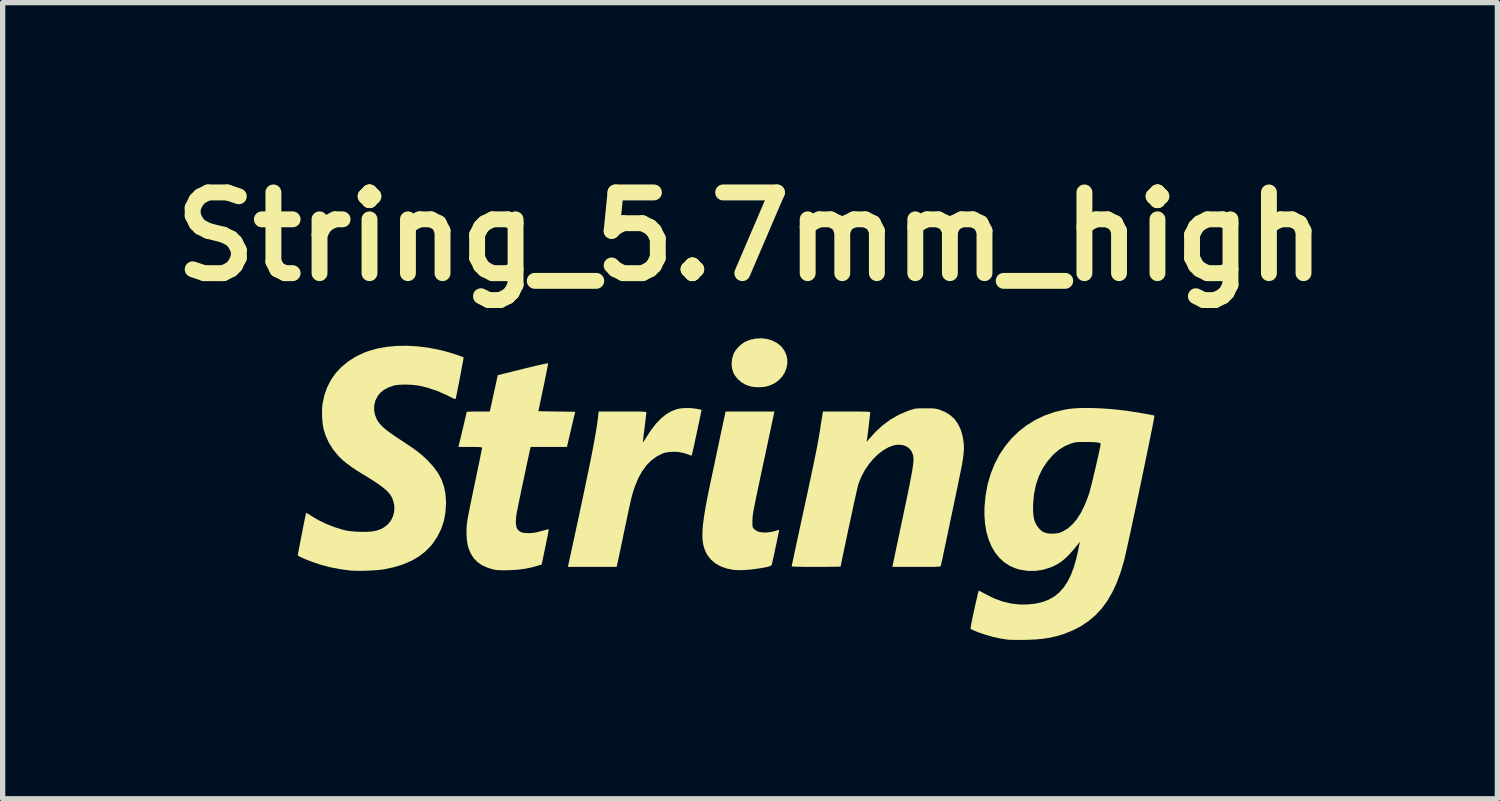
<source format=kicad_pcb>
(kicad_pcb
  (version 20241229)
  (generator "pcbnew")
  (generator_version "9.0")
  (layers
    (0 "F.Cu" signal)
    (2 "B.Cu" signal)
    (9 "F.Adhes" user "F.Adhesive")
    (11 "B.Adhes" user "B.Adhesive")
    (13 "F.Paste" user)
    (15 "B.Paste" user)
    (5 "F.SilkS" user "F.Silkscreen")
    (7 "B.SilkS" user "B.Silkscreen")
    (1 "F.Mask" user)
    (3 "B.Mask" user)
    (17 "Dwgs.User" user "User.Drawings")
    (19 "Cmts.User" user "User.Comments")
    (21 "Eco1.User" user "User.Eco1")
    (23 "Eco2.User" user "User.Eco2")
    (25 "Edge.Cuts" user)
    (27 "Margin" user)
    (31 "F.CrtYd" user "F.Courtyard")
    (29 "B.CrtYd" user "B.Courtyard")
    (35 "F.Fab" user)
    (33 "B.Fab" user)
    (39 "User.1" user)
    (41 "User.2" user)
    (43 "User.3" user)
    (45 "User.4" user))
  (footprint "String_5.7mm_high"
    (layer "F.Cu")
    (at 10.659 6.181)
    (property "Reference" "String_5.7mm_high" (at 0.452 -4.763 0) (layer "F.SilkS") (effects (font (size 1.524 1.524) (thickness 0.3))))
    (attr board_only exclude_from_pos_files exclude_from_bom)
    (fp_poly (pts (xy 0.764 -2.833) (xy 0.862 -2.805) (xy 0.951 -2.762) (xy 1.028 -2.703) (xy 1.044 -2.687) (xy 1.101 -2.611) (xy 1.138 -2.53) (xy 1.156 -2.445) (xy 1.156 -2.359) (xy 1.139 -2.275) (xy 1.106 -2.194) (xy 1.058 -2.119) (xy 0.995 -2.053) (xy 0.919 -1.997) (xy 0.83 -1.954) (xy 0.75 -1.931) (xy 0.687 -1.923) (xy 0.614 -1.92) (xy 0.54 -1.923) (xy 0.475 -1.932) (xy 0.461 -1.935) (xy 0.371 -1.966) (xy 0.288 -2.015) (xy 0.217 -2.077) (xy 0.161 -2.149) (xy 0.14 -2.188) (xy 0.113 -2.271) (xy 0.104 -2.362) (xy 0.113 -2.454) (xy 0.139 -2.544) (xy 0.148 -2.564) (xy 0.18 -2.617) (xy 0.226 -2.672) (xy 0.28 -2.723) (xy 0.335 -2.764) (xy 0.354 -2.775) (xy 0.452 -2.815) (xy 0.556 -2.838) (xy 0.661 -2.844)) (stroke (width 0) (type solid)) (fill yes) (layer "F.SilkS"))
    (fp_poly (pts (xy 0.896 -1.386) (xy 0.892 -1.364) (xy 0.883 -1.321) (xy 0.87 -1.26) (xy 0.853 -1.183) (xy 0.834 -1.091) (xy 0.811 -0.987) (xy 0.787 -0.871) (xy 0.76 -0.746) (xy 0.732 -0.613) (xy 0.702 -0.475) (xy 0.689 -0.413) (xy 0.654 -0.251) (xy 0.624 -0.109) (xy 0.598 0.014) (xy 0.576 0.121) (xy 0.557 0.211) (xy 0.542 0.288) (xy 0.529 0.352) (xy 0.519 0.406) (xy 0.511 0.451) (xy 0.506 0.488) (xy 0.502 0.519) (xy 0.499 0.545) (xy 0.498 0.569) (xy 0.497 0.592) (xy 0.497 0.604) (xy 0.497 0.657) (xy 0.498 0.693) (xy 0.502 0.717) (xy 0.509 0.734) (xy 0.521 0.749) (xy 0.529 0.757) (xy 0.577 0.794) (xy 0.638 0.815) (xy 0.715 0.824) (xy 0.769 0.822) (xy 0.824 0.816) (xy 0.88 0.806) (xy 0.926 0.795) (xy 0.931 0.793) (xy 0.966 0.782) (xy 0.991 0.775) (xy 1.001 0.774) (xy 0.999 0.785) (xy 0.994 0.815) (xy 0.985 0.86) (xy 0.974 0.917) (xy 0.96 0.983) (xy 0.945 1.055) (xy 0.929 1.128) (xy 0.914 1.201) (xy 0.899 1.269) (xy 0.885 1.329) (xy 0.874 1.379) (xy 0.866 1.415) (xy 0.861 1.433) (xy 0.86 1.434) (xy 0.849 1.448) (xy 0.826 1.459) (xy 0.787 1.47) (xy 0.763 1.476) (xy 0.646 1.498) (xy 0.528 1.515) (xy 0.412 1.527) (xy 0.304 1.533) (xy 0.208 1.533) (xy 0.139 1.528) (xy 0.012 1.503) (xy -0.101 1.463) (xy -0.2 1.407) (xy -0.283 1.337) (xy -0.35 1.253) (xy -0.38 1.2) (xy -0.404 1.144) (xy -0.423 1.083) (xy -0.437 1.017) (xy -0.445 0.943) (xy -0.447 0.861) (xy -0.444 0.768) (xy -0.435 0.663) (xy -0.42 0.545) (xy -0.399 0.411) (xy -0.372 0.261) (xy -0.339 0.092) (xy -0.307 -0.061) (xy -0.284 -0.172) (xy -0.257 -0.298) (xy -0.228 -0.433) (xy -0.199 -0.572) (xy -0.17 -0.708) (xy -0.143 -0.835) (xy -0.128 -0.904) (xy -0.108 -1.002) (xy -0.088 -1.096) (xy -0.069 -1.182) (xy -0.053 -1.258) (xy -0.04 -1.321) (xy -0.029 -1.369) (xy -0.023 -1.398) (xy -0.022 -1.403) (xy -0.009 -1.461) (xy 0.912 -1.461)) (stroke (width 0) (type solid)) (fill yes) (layer "F.SilkS"))
    (fp_poly (pts (xy -0.68 -1.526) (xy -0.596 -1.518) (xy -0.554 -1.512) (xy -0.513 -1.504) (xy -0.481 -1.498) (xy -0.465 -1.495) (xy -0.464 -1.495) (xy -0.465 -1.484) (xy -0.471 -1.455) (xy -0.48 -1.409) (xy -0.492 -1.351) (xy -0.506 -1.281) (xy -0.523 -1.204) (xy -0.54 -1.122) (xy -0.558 -1.038) (xy -0.576 -0.955) (xy -0.593 -0.876) (xy -0.609 -0.803) (xy -0.624 -0.739) (xy -0.635 -0.687) (xy -0.644 -0.651) (xy -0.649 -0.632) (xy -0.65 -0.629) (xy -0.663 -0.63) (xy -0.686 -0.639) (xy -0.689 -0.64) (xy -0.715 -0.651) (xy -0.756 -0.664) (xy -0.803 -0.678) (xy -0.815 -0.681) (xy -0.901 -0.697) (xy -0.992 -0.702) (xy -1.082 -0.696) (xy -1.163 -0.681) (xy -1.195 -0.67) (xy -1.305 -0.616) (xy -1.407 -0.542) (xy -1.5 -0.449) (xy -1.583 -0.337) (xy -1.656 -0.207) (xy -1.717 -0.06) (xy -1.734 -0.012) (xy -1.745 0.022) (xy -1.755 0.053) (xy -1.764 0.084) (xy -1.773 0.115) (xy -1.782 0.149) (xy -1.792 0.188) (xy -1.803 0.235) (xy -1.815 0.29) (xy -1.83 0.357) (xy -1.847 0.436) (xy -1.867 0.531) (xy -1.89 0.642) (xy -1.918 0.773) (xy -1.93 0.831) (xy -1.953 0.943) (xy -1.976 1.05) (xy -1.996 1.148) (xy -2.015 1.236) (xy -2.031 1.311) (xy -2.044 1.372) (xy -2.053 1.416) (xy -2.059 1.442) (xy -2.06 1.447) (xy -2.066 1.472) (xy -2.986 1.472) (xy -2.781 0.521) (xy -2.73 0.281) (xy -2.683 0.061) (xy -2.641 -0.14) (xy -2.603 -0.323) (xy -2.569 -0.488) (xy -2.539 -0.638) (xy -2.513 -0.773) (xy -2.49 -0.895) (xy -2.471 -1.004) (xy -2.454 -1.103) (xy -2.44 -1.191) (xy -2.428 -1.271) (xy -2.419 -1.343) (xy -2.414 -1.392) (xy -2.406 -1.461) (xy -1.956 -1.461) (xy -1.844 -1.461) (xy -1.752 -1.461) (xy -1.678 -1.461) (xy -1.621 -1.46) (xy -1.578 -1.459) (xy -1.547 -1.457) (xy -1.527 -1.455) (xy -1.514 -1.452) (xy -1.508 -1.448) (xy -1.506 -1.443) (xy -1.506 -1.442) (xy -1.507 -1.425) (xy -1.511 -1.39) (xy -1.517 -1.34) (xy -1.524 -1.277) (xy -1.533 -1.205) (xy -1.539 -1.155) (xy -1.549 -1.08) (xy -1.557 -1.012) (xy -1.564 -0.954) (xy -1.569 -0.911) (xy -1.572 -0.883) (xy -1.573 -0.876) (xy -1.568 -0.881) (xy -1.553 -0.901) (xy -1.531 -0.934) (xy -1.505 -0.976) (xy -1.413 -1.116) (xy -1.321 -1.235) (xy -1.226 -1.332) (xy -1.13 -1.41) (xy -1.03 -1.468) (xy -0.927 -1.507) (xy -0.91 -1.511) (xy -0.844 -1.522) (xy -0.765 -1.527)) (stroke (width 0) (type solid)) (fill yes) (layer "F.SilkS"))
    (fp_poly (pts (xy -3.36 -2.371) (xy -3.362 -2.358) (xy -3.368 -2.325) (xy -3.377 -2.276) (xy -3.39 -2.211) (xy -3.405 -2.134) (xy -3.423 -2.048) (xy -3.442 -1.953) (xy -3.451 -1.913) (xy -3.544 -1.467) (xy -3.196 -1.461) (xy -2.849 -1.456) (xy -3.005 -0.792) (xy -3.69 -0.792) (xy -3.696 -0.767) (xy -3.702 -0.742) (xy -3.712 -0.697) (xy -3.725 -0.636) (xy -3.741 -0.561) (xy -3.76 -0.475) (xy -3.78 -0.38) (xy -3.801 -0.279) (xy -3.823 -0.175) (xy -3.845 -0.071) (xy -3.867 0.031) (xy -3.887 0.129) (xy -3.906 0.219) (xy -3.922 0.299) (xy -3.936 0.367) (xy -3.947 0.419) (xy -3.953 0.453) (xy -3.955 0.46) (xy -3.966 0.546) (xy -3.97 0.623) (xy -3.965 0.687) (xy -3.953 0.735) (xy -3.942 0.755) (xy -3.912 0.79) (xy -3.879 0.813) (xy -3.838 0.827) (xy -3.783 0.834) (xy -3.771 0.834) (xy -3.71 0.835) (xy -3.648 0.831) (xy -3.581 0.819) (xy -3.503 0.8) (xy -3.449 0.785) (xy -3.406 0.773) (xy -3.372 0.765) (xy -3.353 0.762) (xy -3.35 0.763) (xy -3.349 0.769) (xy -3.351 0.784) (xy -3.356 0.81) (xy -3.363 0.849) (xy -3.373 0.902) (xy -3.387 0.97) (xy -3.404 1.055) (xy -3.426 1.158) (xy -3.451 1.28) (xy -3.471 1.375) (xy -3.482 1.427) (xy -3.556 1.45) (xy -3.684 1.485) (xy -3.809 1.51) (xy -3.939 1.526) (xy -4.082 1.534) (xy -4.105 1.535) (xy -4.192 1.536) (xy -4.26 1.535) (xy -4.314 1.533) (xy -4.357 1.528) (xy -4.384 1.523) (xy -4.506 1.487) (xy -4.61 1.44) (xy -4.697 1.379) (xy -4.767 1.305) (xy -4.823 1.216) (xy -4.824 1.213) (xy -4.857 1.136) (xy -4.88 1.056) (xy -4.894 0.967) (xy -4.9 0.864) (xy -4.901 0.82) (xy -4.901 0.786) (xy -4.9 0.756) (xy -4.899 0.726) (xy -4.897 0.696) (xy -4.894 0.664) (xy -4.889 0.627) (xy -4.883 0.583) (xy -4.874 0.532) (xy -4.862 0.471) (xy -4.848 0.399) (xy -4.831 0.313) (xy -4.81 0.212) (xy -4.786 0.094) (xy -4.757 -0.043) (xy -4.735 -0.149) (xy -4.711 -0.263) (xy -4.689 -0.371) (xy -4.668 -0.47) (xy -4.65 -0.559) (xy -4.635 -0.635) (xy -4.622 -0.697) (xy -4.613 -0.743) (xy -4.608 -0.77) (xy -4.607 -0.777) (xy -4.611 -0.782) (xy -4.624 -0.786) (xy -4.649 -0.789) (xy -4.689 -0.791) (xy -4.745 -0.792) (xy -4.821 -0.792) (xy -4.83 -0.792) (xy -5.054 -0.792) (xy -5.048 -0.817) (xy -5.044 -0.834) (xy -5.035 -0.87) (xy -5.023 -0.921) (xy -5.007 -0.985) (xy -4.99 -1.058) (xy -4.971 -1.138) (xy -4.969 -1.143) (xy -4.951 -1.222) (xy -4.934 -1.294) (xy -4.919 -1.356) (xy -4.908 -1.405) (xy -4.9 -1.438) (xy -4.897 -1.453) (xy -4.897 -1.453) (xy -4.886 -1.456) (xy -4.857 -1.458) (xy -4.812 -1.46) (xy -4.755 -1.461) (xy -4.689 -1.461) (xy -4.68 -1.461) (xy -4.462 -1.461) (xy -4.455 -1.492) (xy -4.45 -1.511) (xy -4.442 -1.548) (xy -4.43 -1.601) (xy -4.416 -1.666) (xy -4.4 -1.741) (xy -4.382 -1.822) (xy -4.379 -1.835) (xy -4.311 -2.147) (xy -3.837 -2.265) (xy -3.726 -2.292) (xy -3.627 -2.316) (xy -3.541 -2.336) (xy -3.47 -2.352) (xy -3.415 -2.364) (xy -3.378 -2.37) (xy -3.361 -2.372)) (stroke (width 0) (type solid)) (fill yes) (layer "F.SilkS"))
    (fp_poly (pts (xy -5.821 -2.691) (xy -5.614 -2.665) (xy -5.407 -2.624) (xy -5.348 -2.61) (xy -5.293 -2.595) (xy -5.232 -2.578) (xy -5.168 -2.558) (xy -5.106 -2.538) (xy -5.049 -2.52) (xy -5.003 -2.503) (xy -4.97 -2.49) (xy -4.955 -2.482) (xy -4.956 -2.471) (xy -4.962 -2.441) (xy -4.97 -2.395) (xy -4.981 -2.337) (xy -4.994 -2.268) (xy -5.008 -2.193) (xy -5.023 -2.114) (xy -5.038 -2.034) (xy -5.053 -1.956) (xy -5.068 -1.884) (xy -5.08 -1.82) (xy -5.091 -1.767) (xy -5.099 -1.728) (xy -5.104 -1.707) (xy -5.104 -1.705) (xy -5.109 -1.699) (xy -5.121 -1.699) (xy -5.143 -1.707) (xy -5.177 -1.722) (xy -5.227 -1.747) (xy -5.257 -1.762) (xy -5.451 -1.849) (xy -5.653 -1.915) (xy -5.767 -1.943) (xy -5.844 -1.956) (xy -5.93 -1.965) (xy -6.019 -1.969) (xy -6.106 -1.969) (xy -6.186 -1.965) (xy -6.252 -1.956) (xy -6.285 -1.948) (xy -6.386 -1.911) (xy -6.467 -1.866) (xy -6.532 -1.811) (xy -6.574 -1.759) (xy -6.619 -1.674) (xy -6.642 -1.584) (xy -6.646 -1.49) (xy -6.628 -1.396) (xy -6.591 -1.306) (xy -6.58 -1.287) (xy -6.544 -1.236) (xy -6.495 -1.182) (xy -6.432 -1.126) (xy -6.352 -1.065) (xy -6.255 -0.997) (xy -6.219 -0.973) (xy -6.112 -0.903) (xy -6.022 -0.844) (xy -5.946 -0.792) (xy -5.881 -0.746) (xy -5.826 -0.706) (xy -5.777 -0.667) (xy -5.733 -0.63) (xy -5.691 -0.592) (xy -5.649 -0.552) (xy -5.627 -0.53) (xy -5.521 -0.414) (xy -5.437 -0.297) (xy -5.372 -0.176) (xy -5.327 -0.048) (xy -5.299 0.089) (xy -5.288 0.237) (xy -5.288 0.268) (xy -5.298 0.439) (xy -5.327 0.6) (xy -5.377 0.752) (xy -5.447 0.894) (xy -5.537 1.029) (xy -5.578 1.079) (xy -5.683 1.186) (xy -5.805 1.279) (xy -5.945 1.359) (xy -6.103 1.426) (xy -6.279 1.48) (xy -6.459 1.518) (xy -6.527 1.527) (xy -6.611 1.535) (xy -6.705 1.541) (xy -6.804 1.545) (xy -6.902 1.547) (xy -6.992 1.546) (xy -7.071 1.543) (xy -7.111 1.539) (xy -7.302 1.513) (xy -7.48 1.478) (xy -7.652 1.432) (xy -7.766 1.395) (xy -7.829 1.372) (xy -7.891 1.348) (xy -7.951 1.324) (xy -8.004 1.3) (xy -8.046 1.28) (xy -8.075 1.264) (xy -8.087 1.254) (xy -8.087 1.253) (xy -8.085 1.239) (xy -8.079 1.207) (xy -8.07 1.159) (xy -8.059 1.098) (xy -8.045 1.028) (xy -8.03 0.951) (xy -8.014 0.871) (xy -7.998 0.79) (xy -7.983 0.711) (xy -7.968 0.637) (xy -7.955 0.572) (xy -7.944 0.518) (xy -7.935 0.478) (xy -7.93 0.456) (xy -7.929 0.451) (xy -7.919 0.456) (xy -7.894 0.47) (xy -7.859 0.491) (xy -7.831 0.51) (xy -7.695 0.59) (xy -7.545 0.662) (xy -7.388 0.724) (xy -7.231 0.772) (xy -7.173 0.786) (xy -7.127 0.794) (xy -7.065 0.801) (xy -6.993 0.807) (xy -6.916 0.81) (xy -6.911 0.811) (xy -6.791 0.811) (xy -6.689 0.804) (xy -6.602 0.788) (xy -6.527 0.763) (xy -6.461 0.728) (xy -6.401 0.681) (xy -6.387 0.669) (xy -6.33 0.601) (xy -6.29 0.52) (xy -6.267 0.431) (xy -6.263 0.338) (xy -6.269 0.291) (xy -6.282 0.236) (xy -6.299 0.184) (xy -6.324 0.136) (xy -6.357 0.088) (xy -6.4 0.041) (xy -6.455 -0.008) (xy -6.523 -0.061) (xy -6.606 -0.119) (xy -6.705 -0.183) (xy -6.822 -0.255) (xy -6.844 -0.268) (xy -6.965 -0.343) (xy -7.068 -0.411) (xy -7.156 -0.476) (xy -7.231 -0.537) (xy -7.296 -0.598) (xy -7.317 -0.62) (xy -7.418 -0.742) (xy -7.499 -0.87) (xy -7.561 -1.006) (xy -7.598 -1.125) (xy -7.611 -1.19) (xy -7.621 -1.271) (xy -7.627 -1.36) (xy -7.629 -1.451) (xy -7.626 -1.536) (xy -7.619 -1.608) (xy -7.585 -1.769) (xy -7.531 -1.92) (xy -7.459 -2.06) (xy -7.368 -2.189) (xy -7.259 -2.305) (xy -7.133 -2.408) (xy -6.991 -2.498) (xy -6.833 -2.573) (xy -6.751 -2.603) (xy -6.588 -2.65) (xy -6.411 -2.682) (xy -6.222 -2.7) (xy -6.025 -2.703)) (stroke (width 0) (type solid)) (fill yes) (layer "F.SilkS"))
    (fp_poly (pts (xy 3.831 -1.522) (xy 3.886 -1.521) (xy 3.928 -1.518) (xy 3.963 -1.513) (xy 3.995 -1.506) (xy 4.027 -1.497) (xy 4.139 -1.451) (xy 4.236 -1.39) (xy 4.317 -1.314) (xy 4.382 -1.221) (xy 4.433 -1.112) (xy 4.468 -0.988) (xy 4.484 -0.882) (xy 4.489 -0.824) (xy 4.491 -0.766) (xy 4.488 -0.706) (xy 4.481 -0.638) (xy 4.47 -0.557) (xy 4.454 -0.461) (xy 4.45 -0.435) (xy 4.444 -0.408) (xy 4.435 -0.362) (xy 4.422 -0.299) (xy 4.406 -0.221) (xy 4.388 -0.13) (xy 4.367 -0.029) (xy 4.344 0.081) (xy 4.32 0.198) (xy 4.294 0.32) (xy 4.268 0.445) (xy 4.241 0.571) (xy 4.215 0.696) (xy 4.19 0.818) (xy 4.165 0.935) (xy 4.142 1.045) (xy 4.12 1.146) (xy 4.101 1.236) (xy 4.085 1.313) (xy 4.071 1.375) (xy 4.061 1.421) (xy 4.055 1.447) (xy 4.054 1.453) (xy 4.051 1.458) (xy 4.045 1.462) (xy 4.033 1.465) (xy 4.014 1.467) (xy 3.985 1.469) (xy 3.944 1.471) (xy 3.89 1.472) (xy 3.82 1.472) (xy 3.732 1.472) (xy 3.625 1.472) (xy 3.593 1.472) (xy 3.139 1.472) (xy 3.298 0.717) (xy 3.339 0.524) (xy 3.375 0.352) (xy 3.407 0.2) (xy 3.435 0.065) (xy 3.459 -0.053) (xy 3.479 -0.156) (xy 3.496 -0.245) (xy 3.51 -0.321) (xy 3.521 -0.386) (xy 3.529 -0.441) (xy 3.534 -0.486) (xy 3.538 -0.525) (xy 3.539 -0.557) (xy 3.538 -0.584) (xy 3.535 -0.608) (xy 3.531 -0.629) (xy 3.526 -0.65) (xy 3.524 -0.658) (xy 3.494 -0.722) (xy 3.448 -0.774) (xy 3.388 -0.81) (xy 3.318 -0.831) (xy 3.239 -0.834) (xy 3.16 -0.821) (xy 3.062 -0.784) (xy 2.965 -0.728) (xy 2.869 -0.654) (xy 2.778 -0.566) (xy 2.694 -0.465) (xy 2.619 -0.354) (xy 2.556 -0.235) (xy 2.505 -0.111) (xy 2.494 -0.078) (xy 2.489 -0.056) (xy 2.479 -0.016) (xy 2.466 0.042) (xy 2.45 0.114) (xy 2.431 0.198) (xy 2.41 0.293) (xy 2.388 0.395) (xy 2.365 0.504) (xy 2.341 0.616) (xy 2.316 0.729) (xy 2.292 0.842) (xy 2.269 0.952) (xy 2.247 1.057) (xy 2.226 1.154) (xy 2.208 1.242) (xy 2.192 1.319) (xy 2.179 1.381) (xy 2.17 1.428) (xy 2.165 1.456) (xy 2.164 1.464) (xy 2.153 1.466) (xy 2.123 1.468) (xy 2.074 1.469) (xy 2.01 1.47) (xy 1.933 1.471) (xy 1.846 1.472) (xy 1.75 1.472) (xy 1.701 1.472) (xy 1.589 1.472) (xy 1.489 1.472) (xy 1.404 1.47) (xy 1.335 1.469) (xy 1.283 1.467) (xy 1.25 1.465) (xy 1.238 1.462) (xy 1.238 1.462) (xy 1.241 1.45) (xy 1.247 1.417) (xy 1.258 1.366) (xy 1.273 1.298) (xy 1.29 1.214) (xy 1.311 1.117) (xy 1.335 1.007) (xy 1.361 0.886) (xy 1.389 0.755) (xy 1.419 0.617) (xy 1.449 0.478) (xy 1.493 0.275) (xy 1.533 0.092) (xy 1.568 -0.073) (xy 1.6 -0.22) (xy 1.627 -0.352) (xy 1.652 -0.469) (xy 1.674 -0.575) (xy 1.693 -0.669) (xy 1.71 -0.754) (xy 1.725 -0.832) (xy 1.738 -0.903) (xy 1.75 -0.97) (xy 1.761 -1.034) (xy 1.771 -1.097) (xy 1.781 -1.159) (xy 1.784 -1.182) (xy 1.795 -1.253) (xy 1.805 -1.317) (xy 1.814 -1.371) (xy 1.82 -1.411) (xy 1.824 -1.434) (xy 1.825 -1.436) (xy 1.83 -1.461) (xy 2.276 -1.461) (xy 2.388 -1.461) (xy 2.48 -1.461) (xy 2.553 -1.46) (xy 2.61 -1.46) (xy 2.653 -1.458) (xy 2.684 -1.456) (xy 2.704 -1.454) (xy 2.715 -1.451) (xy 2.721 -1.447) (xy 2.722 -1.443) (xy 2.72 -1.427) (xy 2.717 -1.392) (xy 2.711 -1.344) (xy 2.704 -1.285) (xy 2.697 -1.22) (xy 2.688 -1.152) (xy 2.68 -1.087) (xy 2.673 -1.027) (xy 2.666 -0.977) (xy 2.661 -0.94) (xy 2.659 -0.926) (xy 2.653 -0.887) (xy 2.69 -0.931) (xy 2.822 -1.078) (xy 2.96 -1.204) (xy 3.106 -1.311) (xy 3.259 -1.399) (xy 3.423 -1.469) (xy 3.456 -1.481) (xy 3.501 -1.496) (xy 3.536 -1.507) (xy 3.568 -1.515) (xy 3.601 -1.519) (xy 3.641 -1.521) (xy 3.693 -1.522) (xy 3.759 -1.522)) (stroke (width 0) (type solid)) (fill yes) (layer "F.SilkS"))
    (fp_poly (pts (xy 6.959 -1.526) (xy 7.105 -1.519) (xy 7.256 -1.509) (xy 7.406 -1.494) (xy 7.54 -1.478) (xy 7.597 -1.47) (xy 7.664 -1.46) (xy 7.735 -1.449) (xy 7.809 -1.437) (xy 7.88 -1.424) (xy 7.946 -1.413) (xy 8.004 -1.402) (xy 8.049 -1.393) (xy 8.078 -1.387) (xy 8.087 -1.384) (xy 8.086 -1.372) (xy 8.081 -1.34) (xy 8.072 -1.29) (xy 8.059 -1.222) (xy 8.043 -1.139) (xy 8.023 -1.043) (xy 8.001 -0.934) (xy 7.977 -0.814) (xy 7.95 -0.685) (xy 7.922 -0.549) (xy 7.893 -0.406) (xy 7.862 -0.26) (xy 7.831 -0.11) (xy 7.8 0.04) (xy 7.768 0.191) (xy 7.737 0.339) (xy 7.706 0.483) (xy 7.676 0.622) (xy 7.648 0.755) (xy 7.621 0.879) (xy 7.596 0.993) (xy 7.573 1.096) (xy 7.553 1.186) (xy 7.536 1.26) (xy 7.522 1.319) (xy 7.513 1.359) (xy 7.448 1.577) (xy 7.375 1.775) (xy 7.291 1.954) (xy 7.197 2.115) (xy 7.092 2.258) (xy 6.974 2.385) (xy 6.844 2.495) (xy 6.701 2.591) (xy 6.545 2.672) (xy 6.373 2.74) (xy 6.36 2.745) (xy 6.241 2.78) (xy 6.12 2.808) (xy 5.993 2.828) (xy 5.854 2.842) (xy 5.701 2.849) (xy 5.639 2.85) (xy 5.56 2.851) (xy 5.483 2.851) (xy 5.414 2.85) (xy 5.355 2.848) (xy 5.313 2.845) (xy 5.302 2.844) (xy 5.171 2.823) (xy 5.033 2.792) (xy 4.895 2.753) (xy 4.766 2.709) (xy 4.717 2.689) (xy 4.676 2.672) (xy 4.643 2.657) (xy 4.623 2.647) (xy 4.621 2.646) (xy 4.618 2.638) (xy 4.618 2.621) (xy 4.622 2.591) (xy 4.629 2.548) (xy 4.641 2.489) (xy 4.657 2.413) (xy 4.677 2.317) (xy 4.685 2.281) (xy 4.704 2.195) (xy 4.722 2.117) (xy 4.738 2.048) (xy 4.751 1.991) (xy 4.761 1.95) (xy 4.767 1.926) (xy 4.768 1.921) (xy 4.779 1.924) (xy 4.805 1.937) (xy 4.843 1.956) (xy 4.882 1.978) (xy 5.049 2.062) (xy 5.215 2.124) (xy 5.381 2.164) (xy 5.548 2.183) (xy 5.689 2.182) (xy 5.835 2.167) (xy 5.967 2.138) (xy 6.086 2.094) (xy 6.193 2.034) (xy 6.288 1.958) (xy 6.372 1.864) (xy 6.446 1.753) (xy 6.511 1.624) (xy 6.567 1.475) (xy 6.615 1.306) (xy 6.642 1.185) (xy 6.68 0.998) (xy 6.65 1.036) (xy 6.567 1.139) (xy 6.491 1.225) (xy 6.421 1.296) (xy 6.354 1.354) (xy 6.286 1.402) (xy 6.215 1.443) (xy 6.139 1.477) (xy 6.119 1.485) (xy 5.98 1.527) (xy 5.838 1.548) (xy 5.694 1.547) (xy 5.551 1.525) (xy 5.477 1.504) (xy 5.36 1.455) (xy 5.255 1.388) (xy 5.161 1.303) (xy 5.08 1.202) (xy 5.011 1.085) (xy 4.956 0.954) (xy 4.915 0.81) (xy 4.889 0.653) (xy 4.877 0.485) (xy 4.879 0.346) (xy 5.796 0.346) (xy 5.798 0.438) (xy 5.804 0.513) (xy 5.816 0.575) (xy 5.834 0.628) (xy 5.859 0.678) (xy 5.88 0.71) (xy 5.927 0.768) (xy 5.979 0.809) (xy 6.04 0.834) (xy 6.114 0.844) (xy 6.169 0.845) (xy 6.223 0.842) (xy 6.263 0.837) (xy 6.298 0.828) (xy 6.336 0.812) (xy 6.359 0.802) (xy 6.454 0.745) (xy 6.542 0.666) (xy 6.625 0.567) (xy 6.701 0.447) (xy 6.771 0.306) (xy 6.834 0.146) (xy 6.85 0.099) (xy 6.861 0.065) (xy 6.874 0.014) (xy 6.891 -0.051) (xy 6.91 -0.126) (xy 6.93 -0.21) (xy 6.951 -0.299) (xy 6.973 -0.39) (xy 6.994 -0.48) (xy 7.014 -0.567) (xy 7.032 -0.648) (xy 7.047 -0.719) (xy 7.06 -0.778) (xy 7.068 -0.822) (xy 7.072 -0.848) (xy 7.072 -0.852) (xy 7.063 -0.864) (xy 7.033 -0.873) (xy 6.984 -0.88) (xy 6.914 -0.884) (xy 6.822 -0.886) (xy 6.771 -0.886) (xy 6.702 -0.886) (xy 6.651 -0.884) (xy 6.611 -0.881) (xy 6.577 -0.876) (xy 6.545 -0.867) (xy 6.511 -0.857) (xy 6.401 -0.811) (xy 6.298 -0.749) (xy 6.2 -0.668) (xy 6.168 -0.637) (xy 6.061 -0.513) (xy 5.971 -0.377) (xy 5.9 -0.228) (xy 5.847 -0.067) (xy 5.813 0.105) (xy 5.797 0.288) (xy 5.796 0.346) (xy 4.879 0.346) (xy 4.879 0.337) (xy 4.9 0.118) (xy 4.939 -0.091) (xy 4.997 -0.289) (xy 5.072 -0.475) (xy 5.163 -0.649) (xy 5.271 -0.81) (xy 5.393 -0.957) (xy 5.53 -1.089) (xy 5.681 -1.206) (xy 5.846 -1.306) (xy 6.022 -1.389) (xy 6.211 -1.454) (xy 6.41 -1.5) (xy 6.482 -1.511) (xy 6.577 -1.521) (xy 6.691 -1.527) (xy 6.819 -1.528)) (stroke (width 0) (type solid)) (fill yes) (layer "F.SilkS")))
  (gr_rect
    (start -3 -3)
    (end 25.221 12.032)
    (stroke (width 0.1) (type default))
    (fill no)
    (layer "Edge.Cuts")))
</source>
